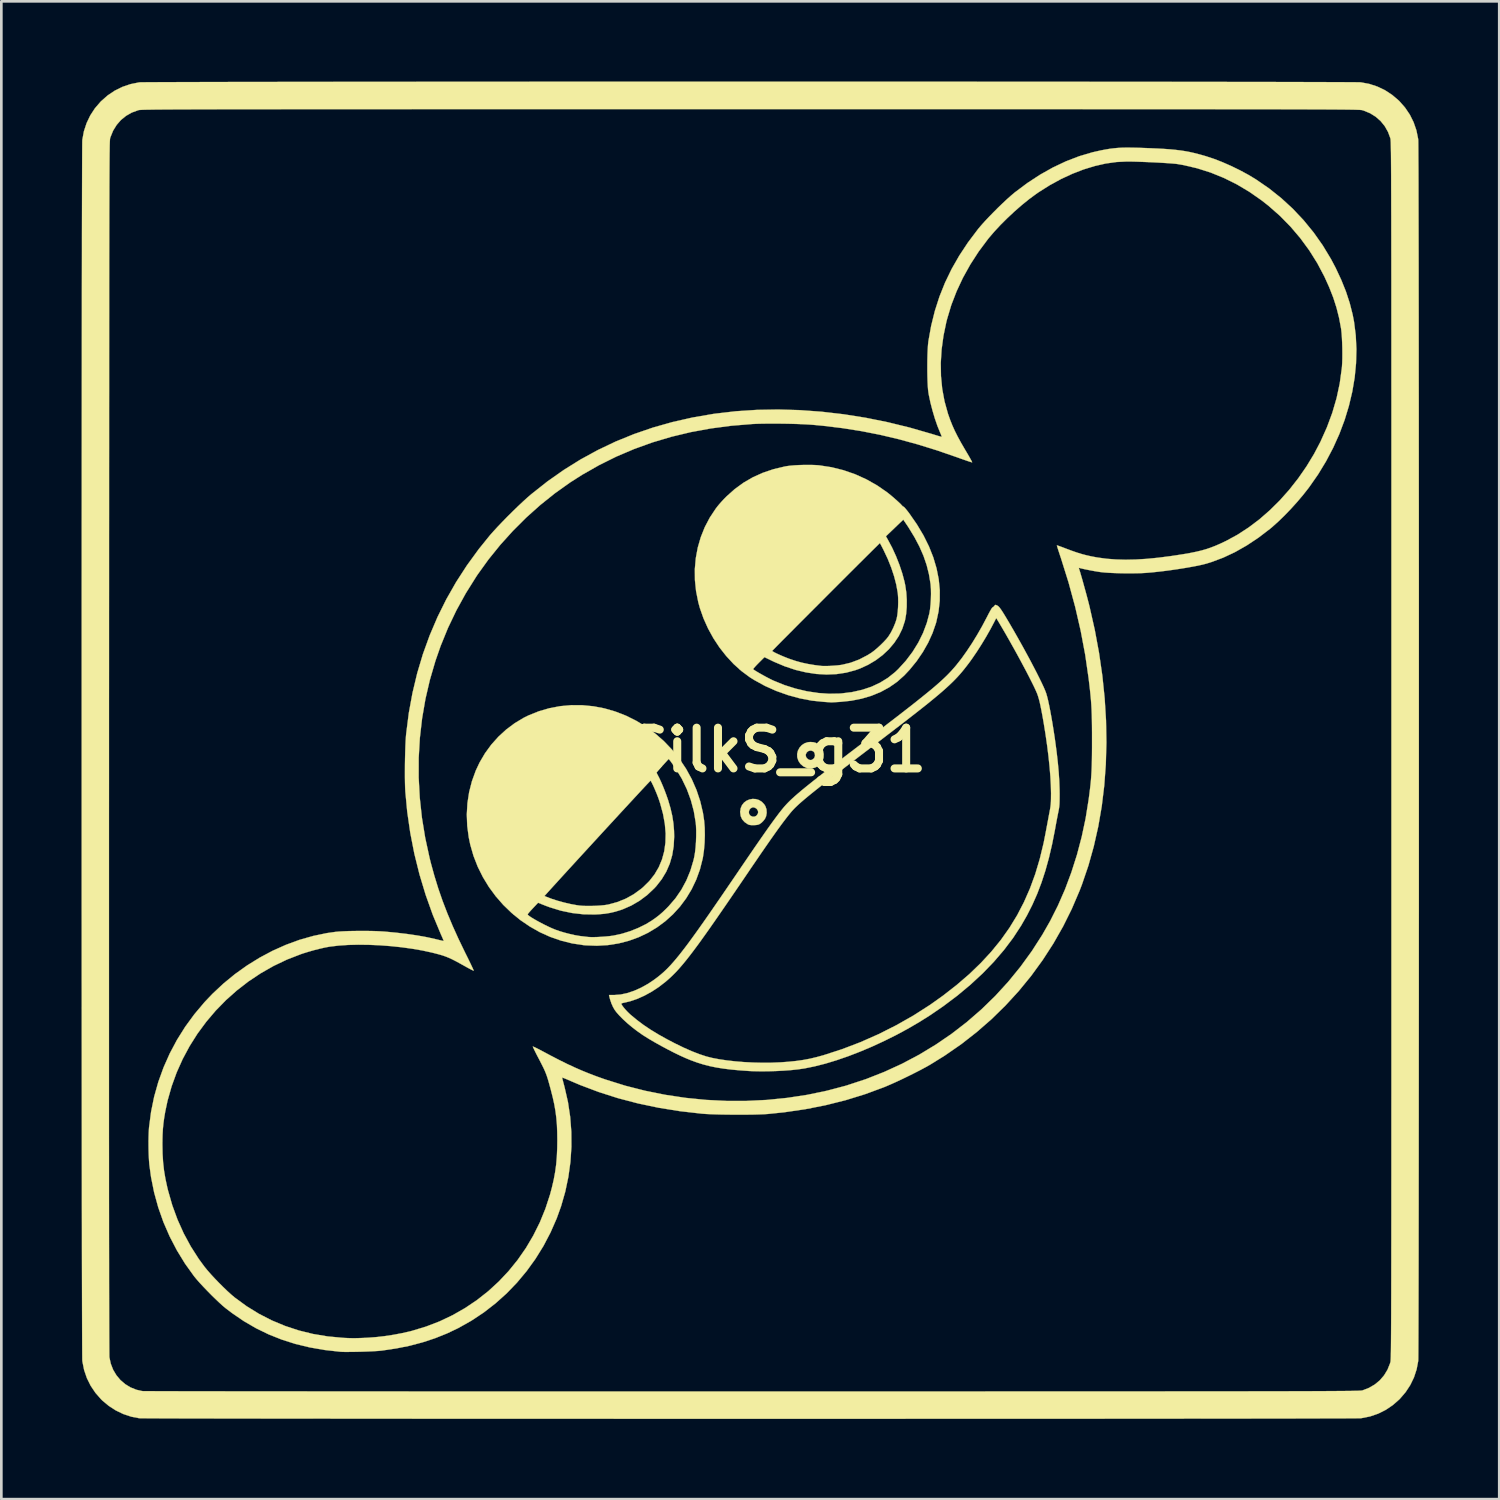
<source format=kicad_pcb>
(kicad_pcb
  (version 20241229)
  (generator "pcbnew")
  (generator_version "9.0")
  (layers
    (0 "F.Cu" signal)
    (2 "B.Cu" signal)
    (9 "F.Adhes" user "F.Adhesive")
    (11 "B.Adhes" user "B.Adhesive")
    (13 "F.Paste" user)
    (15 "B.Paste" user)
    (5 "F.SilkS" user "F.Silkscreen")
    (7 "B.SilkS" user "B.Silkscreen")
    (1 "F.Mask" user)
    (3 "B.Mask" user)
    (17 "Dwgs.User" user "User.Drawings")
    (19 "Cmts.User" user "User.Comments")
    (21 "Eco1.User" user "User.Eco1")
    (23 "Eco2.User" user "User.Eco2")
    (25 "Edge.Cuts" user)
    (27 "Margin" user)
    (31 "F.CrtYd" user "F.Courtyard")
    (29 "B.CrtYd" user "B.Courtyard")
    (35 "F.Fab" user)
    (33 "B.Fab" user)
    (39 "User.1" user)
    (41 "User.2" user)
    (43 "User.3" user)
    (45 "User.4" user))
  (footprint "F.SilkS_g31"
    (layer "F.Cu")
    (at 25.004 25.004)
    (property "Reference" "F.SilkS_g31" (at 0 0 0) (layer "F.SilkS") (effects (font (size 1.524 1.524) (thickness 0.3))))
    (attr through_hole)
    (fp_poly (pts (xy 2.372 -0.292) (xy 2.462 -0.266) (xy 2.548 -0.217) (xy 2.584 -0.189) (xy 2.672 -0.094) (xy 2.73 0.022) (xy 2.756 0.151) (xy 2.751 0.282) (xy 2.714 0.408) (xy 2.644 0.52) (xy 2.629 0.536) (xy 2.538 0.608) (xy 2.426 0.661) (xy 2.307 0.69) (xy 2.193 0.692) (xy 2.138 0.68) (xy 1.997 0.614) (xy 1.885 0.518) (xy 1.812 0.408) (xy 1.769 0.28) (xy 1.764 0.162) (xy 2.087 0.162) (xy 2.087 0.226) (xy 2.117 0.293) (xy 2.17 0.344) (xy 2.179 0.35) (xy 2.242 0.376) (xy 2.294 0.374) (xy 2.335 0.356) (xy 2.4 0.305) (xy 2.43 0.235) (xy 2.433 0.192) (xy 2.418 0.113) (xy 2.376 0.058) (xy 2.316 0.028) (xy 2.248 0.022) (xy 2.181 0.042) (xy 2.124 0.09) (xy 2.087 0.162) (xy 1.764 0.162) (xy 1.763 0.15) (xy 1.792 0.027) (xy 1.851 -0.085) (xy 1.936 -0.18) (xy 2.043 -0.251) (xy 2.169 -0.292) (xy 2.258 -0.299) (xy 2.372 -0.292)) (stroke (width 0.01) (type solid)) (fill yes) (layer "F.SilkS"))
    (fp_poly (pts (xy 0.22 1.836) (xy 0.336 1.872) (xy 0.443 1.938) (xy 0.535 2.036) (xy 0.577 2.103) (xy 0.617 2.221) (xy 0.625 2.352) (xy 0.602 2.481) (xy 0.559 2.575) (xy 0.504 2.647) (xy 0.437 2.715) (xy 0.405 2.74) (xy 0.351 2.775) (xy 0.299 2.795) (xy 0.234 2.806) (xy 0.152 2.811) (xy 0.048 2.811) (xy -0.025 2.801) (xy -0.074 2.783) (xy -0.203 2.696) (xy -0.294 2.593) (xy -0.348 2.473) (xy -0.367 2.331) (xy -0.367 2.319) (xy -0.367 2.313) (xy -0.043 2.313) (xy -0.035 2.384) (xy 0.004 2.446) (xy 0.013 2.454) (xy 0.087 2.491) (xy 0.164 2.494) (xy 0.231 2.465) (xy 0.247 2.45) (xy 0.294 2.384) (xy 0.306 2.322) (xy 0.293 2.265) (xy 0.253 2.204) (xy 0.191 2.161) (xy 0.122 2.144) (xy 0.094 2.147) (xy 0.024 2.182) (xy -0.022 2.241) (xy -0.043 2.313) (xy -0.367 2.313) (xy -0.349 2.181) (xy -0.299 2.063) (xy -0.224 1.968) (xy -0.128 1.897) (xy -0.018 1.85) (xy 0.099 1.829) (xy 0.22 1.836)) (stroke (width 0.01) (type solid)) (fill yes) (layer "F.SilkS"))
    (fp_poly (pts (xy -6.27 -1.675) (xy -5.855 -1.635) (xy -5.443 -1.556) (xy -5.036 -1.438) (xy -4.637 -1.283) (xy -4.248 -1.089) (xy -3.926 -0.894) (xy -3.561 -0.629) (xy -3.223 -0.334) (xy -2.914 -0.011) (xy -2.636 0.337) (xy -2.389 0.706) (xy -2.177 1.094) (xy -2 1.499) (xy -1.861 1.918) (xy -1.76 2.348) (xy -1.715 2.646) (xy -1.694 2.903) (xy -1.689 3.182) (xy -1.698 3.469) (xy -1.722 3.748) (xy -1.759 4.005) (xy -1.77 4.064) (xy -1.872 4.466) (xy -2.011 4.849) (xy -2.183 5.21) (xy -2.387 5.547) (xy -2.62 5.86) (xy -2.882 6.147) (xy -3.169 6.406) (xy -3.48 6.636) (xy -3.812 6.836) (xy -4.164 7.003) (xy -4.534 7.137) (xy -4.919 7.236) (xy -5.317 7.298) (xy -5.727 7.322) (xy -6.145 7.307) (xy -6.223 7.3) (xy -6.651 7.235) (xy -7.069 7.131) (xy -7.474 6.99) (xy -7.864 6.814) (xy -8.236 6.603) (xy -8.59 6.362) (xy -8.851 6.149) (xy -8.318 6.149) (xy -8.3 6.175) (xy -8.249 6.216) (xy -8.171 6.268) (xy -8.07 6.329) (xy -7.953 6.396) (xy -7.824 6.465) (xy -7.69 6.535) (xy -7.555 6.601) (xy -7.425 6.661) (xy -7.305 6.711) (xy -7.272 6.724) (xy -7.114 6.779) (xy -6.934 6.833) (xy -6.744 6.882) (xy -6.56 6.924) (xy -6.394 6.953) (xy -6.329 6.962) (xy -6.231 6.973) (xy -6.142 6.984) (xy -6.073 6.992) (xy -6.054 6.994) (xy -5.964 6.999) (xy -5.843 7) (xy -5.701 6.996) (xy -5.548 6.987) (xy -5.394 6.976) (xy -5.249 6.962) (xy -5.125 6.945) (xy -5.101 6.941) (xy -4.793 6.874) (xy -4.481 6.777) (xy -4.177 6.655) (xy -3.892 6.514) (xy -3.683 6.387) (xy -3.531 6.281) (xy -3.396 6.177) (xy -3.268 6.066) (xy -3.134 5.937) (xy -3.04 5.841) (xy -2.786 5.546) (xy -2.566 5.225) (xy -2.38 4.88) (xy -2.229 4.513) (xy -2.113 4.124) (xy -2.083 3.991) (xy -2.056 3.83) (xy -2.035 3.641) (xy -2.02 3.433) (xy -2.013 3.22) (xy -2.012 3.014) (xy -2.02 2.827) (xy -2.03 2.719) (xy -2.101 2.291) (xy -2.213 1.871) (xy -2.363 1.464) (xy -2.551 1.073) (xy -2.771 0.709) (xy -2.836 0.613) (xy -2.898 0.524) (xy -2.949 0.451) (xy -2.985 0.403) (xy -2.991 0.395) (xy -3.042 0.335) (xy -3.267 0.582) (xy -3.344 0.667) (xy -3.41 0.742) (xy -3.459 0.8) (xy -3.488 0.837) (xy -3.493 0.846) (xy -3.483 0.873) (xy -3.459 0.922) (xy -3.441 0.955) (xy -3.388 1.059) (xy -3.326 1.193) (xy -3.26 1.347) (xy -3.194 1.511) (xy -3.132 1.676) (xy -3.078 1.83) (xy -3.063 1.874) (xy -2.973 2.181) (xy -2.907 2.467) (xy -2.864 2.745) (xy -2.841 3.026) (xy -2.836 3.241) (xy -2.855 3.599) (xy -2.91 3.935) (xy -3.002 4.253) (xy -3.132 4.551) (xy -3.3 4.831) (xy -3.505 5.094) (xy -3.577 5.172) (xy -3.844 5.424) (xy -4.133 5.64) (xy -4.44 5.819) (xy -4.765 5.961) (xy -4.842 5.987) (xy -5.044 6.049) (xy -5.237 6.094) (xy -5.434 6.126) (xy -5.65 6.145) (xy -5.81 6.153) (xy -6.23 6.146) (xy -6.653 6.098) (xy -7.076 6.01) (xy -7.496 5.881) (xy -7.652 5.823) (xy -7.927 5.714) (xy -8.122 5.921) (xy -8.194 5.999) (xy -8.254 6.066) (xy -8.297 6.118) (xy -8.317 6.146) (xy -8.318 6.149) (xy -8.851 6.149) (xy -8.921 6.091) (xy -9.23 5.793) (xy -9.512 5.469) (xy -9.518 5.461) (xy -7.688 5.461) (xy -7.606 5.496) (xy -7.414 5.569) (xy -7.193 5.64) (xy -6.956 5.705) (xy -6.718 5.761) (xy -6.49 5.803) (xy -6.371 5.82) (xy -6.246 5.83) (xy -6.094 5.834) (xy -5.926 5.833) (xy -5.752 5.828) (xy -5.586 5.817) (xy -5.436 5.802) (xy -5.316 5.784) (xy -5.297 5.78) (xy -4.958 5.687) (xy -4.643 5.559) (xy -4.348 5.395) (xy -4.071 5.193) (xy -3.996 5.13) (xy -3.764 4.9) (xy -3.569 4.651) (xy -3.411 4.382) (xy -3.291 4.094) (xy -3.208 3.789) (xy -3.163 3.465) (xy -3.155 3.124) (xy -3.185 2.766) (xy -3.253 2.391) (xy -3.359 2.001) (xy -3.417 1.826) (xy -3.454 1.727) (xy -3.497 1.617) (xy -3.544 1.505) (xy -3.591 1.397) (xy -3.636 1.3) (xy -3.675 1.221) (xy -3.704 1.168) (xy -3.721 1.148) (xy -3.736 1.163) (xy -3.778 1.207) (xy -3.845 1.277) (xy -3.935 1.373) (xy -4.045 1.491) (xy -4.174 1.63) (xy -4.319 1.787) (xy -4.479 1.96) (xy -4.653 2.148) (xy -4.837 2.347) (xy -5.029 2.556) (xy -5.229 2.773) (xy -5.434 2.995) (xy -5.641 3.221) (xy -5.85 3.448) (xy -6.057 3.674) (xy -6.262 3.897) (xy -6.461 4.114) (xy -6.654 4.325) (xy -6.838 4.526) (xy -7.011 4.715) (xy -7.17 4.89) (xy -7.316 5.05) (xy -7.444 5.191) (xy -7.554 5.312) (xy -7.596 5.359) (xy -7.688 5.461) (xy -9.518 5.461) (xy -9.767 5.123) (xy -9.991 4.755) (xy -10.184 4.367) (xy -10.342 3.963) (xy -10.463 3.543) (xy -10.52 3.27) (xy -10.577 2.839) (xy -10.593 2.411) (xy -10.569 1.987) (xy -10.505 1.572) (xy -10.401 1.167) (xy -10.259 0.775) (xy -10.114 0.466) (xy -9.911 0.121) (xy -9.676 -0.201) (xy -9.41 -0.498) (xy -9.118 -0.766) (xy -8.802 -1.002) (xy -8.466 -1.204) (xy -8.286 -1.293) (xy -7.9 -1.448) (xy -7.502 -1.564) (xy -7.096 -1.64) (xy -6.685 -1.677) (xy -6.27 -1.675)) (stroke (width 0.01) (type solid)) (fill yes) (layer "F.SilkS"))
    (fp_poly (pts (xy 2.373 -10.661) (xy 2.525 -10.653) (xy 2.586 -10.648) (xy 3.049 -10.577) (xy 3.499 -10.465) (xy 3.934 -10.314) (xy 4.354 -10.124) (xy 4.758 -9.895) (xy 5.112 -9.651) (xy 5.199 -9.583) (xy 5.296 -9.504) (xy 5.396 -9.418) (xy 5.492 -9.334) (xy 5.577 -9.256) (xy 5.644 -9.191) (xy 5.686 -9.145) (xy 5.69 -9.14) (xy 5.723 -9.109) (xy 5.744 -9.102) (xy 5.766 -9.085) (xy 5.807 -9.041) (xy 5.863 -8.974) (xy 5.928 -8.891) (xy 5.96 -8.848) (xy 6.245 -8.437) (xy 6.49 -8.026) (xy 6.694 -7.615) (xy 6.857 -7.204) (xy 6.978 -6.794) (xy 7.059 -6.387) (xy 7.099 -5.981) (xy 7.097 -5.58) (xy 7.053 -5.182) (xy 6.968 -4.788) (xy 6.953 -4.735) (xy 6.828 -4.374) (xy 6.665 -4.015) (xy 6.465 -3.663) (xy 6.233 -3.323) (xy 5.97 -3.001) (xy 5.771 -2.789) (xy 5.505 -2.552) (xy 5.21 -2.346) (xy 4.889 -2.171) (xy 4.543 -2.029) (xy 4.172 -1.919) (xy 3.778 -1.842) (xy 3.376 -1.8) (xy 3.261 -1.793) (xy 3.161 -1.787) (xy 3.084 -1.783) (xy 3.037 -1.781) (xy 3.027 -1.781) (xy 3.003 -1.784) (xy 2.945 -1.788) (xy 2.862 -1.793) (xy 2.763 -1.8) (xy 2.762 -1.8) (xy 2.315 -1.846) (xy 1.864 -1.932) (xy 1.417 -2.054) (xy 0.979 -2.21) (xy 0.558 -2.398) (xy 0.16 -2.617) (xy -0.011 -2.724) (xy -0.319 -2.953) (xy -0.397 -3.023) (xy 0.119 -3.023) (xy 0.145 -3.001) (xy 0.202 -2.963) (xy 0.283 -2.914) (xy 0.381 -2.857) (xy 0.49 -2.796) (xy 0.603 -2.734) (xy 0.714 -2.676) (xy 0.815 -2.625) (xy 0.888 -2.591) (xy 1.292 -2.427) (xy 1.707 -2.296) (xy 2.126 -2.197) (xy 2.543 -2.133) (xy 2.954 -2.104) (xy 3.352 -2.111) (xy 3.429 -2.117) (xy 3.828 -2.168) (xy 4.199 -2.252) (xy 4.544 -2.367) (xy 4.862 -2.516) (xy 5.156 -2.697) (xy 5.426 -2.912) (xy 5.546 -3.026) (xy 5.83 -3.338) (xy 6.08 -3.669) (xy 6.296 -4.018) (xy 6.474 -4.379) (xy 6.614 -4.751) (xy 6.71 -5.112) (xy 6.735 -5.263) (xy 6.754 -5.444) (xy 6.766 -5.64) (xy 6.771 -5.838) (xy 6.768 -6.026) (xy 6.756 -6.19) (xy 6.753 -6.215) (xy 6.695 -6.57) (xy 6.608 -6.918) (xy 6.49 -7.262) (xy 6.339 -7.608) (xy 6.153 -7.96) (xy 5.932 -8.323) (xy 5.825 -8.483) (xy 5.734 -8.616) (xy 5.409 -8.305) (xy 5.084 -7.994) (xy 5.158 -7.865) (xy 5.317 -7.567) (xy 5.462 -7.25) (xy 5.59 -6.925) (xy 5.697 -6.604) (xy 5.779 -6.296) (xy 5.809 -6.151) (xy 5.847 -5.889) (xy 5.864 -5.617) (xy 5.862 -5.346) (xy 5.841 -5.089) (xy 5.8 -4.856) (xy 5.791 -4.819) (xy 5.697 -4.535) (xy 5.565 -4.264) (xy 5.396 -4.008) (xy 5.195 -3.769) (xy 4.963 -3.552) (xy 4.704 -3.357) (xy 4.42 -3.188) (xy 4.113 -3.047) (xy 3.94 -2.985) (xy 3.597 -2.893) (xy 3.238 -2.839) (xy 2.867 -2.823) (xy 2.485 -2.844) (xy 2.096 -2.903) (xy 1.701 -2.997) (xy 1.304 -3.129) (xy 0.908 -3.296) (xy 0.849 -3.324) (xy 0.542 -3.473) (xy 0.325 -3.257) (xy 0.249 -3.179) (xy 0.186 -3.111) (xy 0.141 -3.059) (xy 0.12 -3.028) (xy 0.119 -3.023) (xy -0.397 -3.023) (xy -0.613 -3.217) (xy -0.887 -3.513) (xy -1.04 -3.707) (xy 0.83 -3.707) (xy 0.846 -3.691) (xy 0.894 -3.662) (xy 0.969 -3.623) (xy 1.064 -3.579) (xy 1.172 -3.531) (xy 1.288 -3.482) (xy 1.404 -3.436) (xy 1.492 -3.403) (xy 1.715 -3.329) (xy 1.935 -3.268) (xy 2.164 -3.219) (xy 2.413 -3.177) (xy 2.667 -3.145) (xy 2.748 -3.141) (xy 2.859 -3.141) (xy 2.989 -3.145) (xy 3.126 -3.154) (xy 3.26 -3.164) (xy 3.378 -3.178) (xy 3.44 -3.187) (xy 3.765 -3.265) (xy 4.083 -3.384) (xy 4.392 -3.545) (xy 4.538 -3.636) (xy 4.643 -3.714) (xy 4.761 -3.813) (xy 4.884 -3.926) (xy 5 -4.041) (xy 5.102 -4.151) (xy 5.178 -4.246) (xy 5.178 -4.247) (xy 5.273 -4.398) (xy 5.362 -4.575) (xy 5.438 -4.76) (xy 5.483 -4.9) (xy 5.508 -5.024) (xy 5.527 -5.177) (xy 5.539 -5.349) (xy 5.544 -5.527) (xy 5.541 -5.7) (xy 5.53 -5.855) (xy 5.525 -5.89) (xy 5.472 -6.184) (xy 5.391 -6.497) (xy 5.284 -6.82) (xy 5.155 -7.144) (xy 5.006 -7.461) (xy 5.001 -7.471) (xy 4.953 -7.566) (xy 4.911 -7.647) (xy 4.879 -7.707) (xy 4.863 -7.738) (xy 4.861 -7.74) (xy 4.845 -7.727) (xy 4.802 -7.685) (xy 4.734 -7.617) (xy 4.641 -7.526) (xy 4.527 -7.413) (xy 4.394 -7.281) (xy 4.244 -7.131) (xy 4.078 -6.967) (xy 3.9 -6.789) (xy 3.71 -6.6) (xy 3.512 -6.402) (xy 3.307 -6.197) (xy 3.097 -5.987) (xy 2.885 -5.775) (xy 2.673 -5.562) (xy 2.462 -5.351) (xy 2.255 -5.144) (xy 2.054 -4.942) (xy 1.861 -4.749) (xy 1.678 -4.565) (xy 1.508 -4.394) (xy 1.351 -4.236) (xy 1.211 -4.096) (xy 1.09 -3.973) (xy 0.989 -3.871) (xy 0.912 -3.792) (xy 0.859 -3.738) (xy 0.833 -3.71) (xy 0.83 -3.707) (xy -1.04 -3.707) (xy -1.141 -3.836) (xy -1.369 -4.181) (xy -1.569 -4.545) (xy -1.739 -4.923) (xy -1.875 -5.31) (xy -1.934 -5.526) (xy -2.017 -5.942) (xy -2.06 -6.357) (xy -2.063 -6.77) (xy -2.027 -7.177) (xy -1.953 -7.575) (xy -1.841 -7.961) (xy -1.692 -8.334) (xy -1.506 -8.689) (xy -1.283 -9.026) (xy -1.218 -9.111) (xy -1.149 -9.195) (xy -1.061 -9.294) (xy -0.965 -9.397) (xy -0.876 -9.487) (xy -0.57 -9.76) (xy -0.243 -9.998) (xy 0.105 -10.2) (xy 0.475 -10.367) (xy 0.87 -10.501) (xy 1.291 -10.602) (xy 1.365 -10.616) (xy 1.491 -10.633) (xy 1.647 -10.647) (xy 1.825 -10.657) (xy 2.012 -10.663) (xy 2.198 -10.664) (xy 2.373 -10.661)) (stroke (width 0.01) (type solid)) (fill yes) (layer "F.SilkS"))
    (fp_poly (pts (xy 9.226 -5.414) (xy 9.25 -5.403) (xy 9.278 -5.385) (xy 9.308 -5.358) (xy 9.343 -5.318) (xy 9.385 -5.261) (xy 9.436 -5.184) (xy 9.5 -5.083) (xy 9.578 -4.955) (xy 9.672 -4.796) (xy 9.747 -4.668) (xy 9.898 -4.407) (xy 10.048 -4.143) (xy 10.196 -3.878) (xy 10.338 -3.618) (xy 10.475 -3.365) (xy 10.602 -3.123) (xy 10.72 -2.896) (xy 10.824 -2.688) (xy 10.915 -2.501) (xy 10.99 -2.341) (xy 11.046 -2.209) (xy 11.08 -2.119) (xy 11.112 -2.008) (xy 11.149 -1.86) (xy 11.188 -1.679) (xy 11.229 -1.471) (xy 11.271 -1.242) (xy 11.314 -0.995) (xy 11.355 -0.736) (xy 11.396 -0.471) (xy 11.433 -0.203) (xy 11.468 0.062) (xy 11.471 0.085) (xy 11.515 0.476) (xy 11.548 0.834) (xy 11.569 1.167) (xy 11.58 1.48) (xy 11.582 1.64) (xy 11.581 1.802) (xy 11.579 1.93) (xy 11.575 2.033) (xy 11.567 2.119) (xy 11.556 2.199) (xy 11.541 2.279) (xy 11.537 2.297) (xy 11.52 2.382) (xy 11.497 2.499) (xy 11.47 2.639) (xy 11.442 2.79) (xy 11.414 2.944) (xy 11.407 2.985) (xy 11.3 3.527) (xy 11.182 4.033) (xy 11.051 4.507) (xy 10.905 4.955) (xy 10.743 5.381) (xy 10.562 5.79) (xy 10.361 6.187) (xy 10.14 6.572) (xy 9.84 7.031) (xy 9.499 7.482) (xy 9.119 7.925) (xy 8.701 8.358) (xy 8.246 8.779) (xy 7.756 9.188) (xy 7.231 9.583) (xy 6.752 9.912) (xy 6.34 10.172) (xy 5.912 10.422) (xy 5.471 10.66) (xy 5.023 10.883) (xy 4.571 11.092) (xy 4.121 11.282) (xy 3.676 11.454) (xy 3.241 11.604) (xy 2.82 11.732) (xy 2.418 11.834) (xy 2.039 11.911) (xy 1.799 11.946) (xy 1.547 11.973) (xy 1.268 11.994) (xy 0.975 12.009) (xy 0.68 12.018) (xy 0.395 12.02) (xy 0.132 12.015) (xy -0.011 12.009) (xy -0.372 11.984) (xy -0.696 11.954) (xy -0.991 11.918) (xy -1.261 11.875) (xy -1.513 11.823) (xy -1.752 11.761) (xy -1.985 11.688) (xy -2.217 11.603) (xy -2.392 11.531) (xy -2.597 11.439) (xy -2.826 11.329) (xy -3.069 11.204) (xy -3.316 11.072) (xy -3.558 10.937) (xy -3.783 10.805) (xy -3.982 10.681) (xy -4.043 10.64) (xy -4.227 10.51) (xy -4.41 10.369) (xy -4.585 10.223) (xy -4.745 10.076) (xy -4.885 9.935) (xy -4.999 9.805) (xy -5.067 9.713) (xy -5.127 9.606) (xy -5.181 9.482) (xy -4.811 9.482) (xy -4.809 9.507) (xy -4.782 9.555) (xy -4.734 9.62) (xy -4.671 9.696) (xy -4.597 9.777) (xy -4.517 9.856) (xy -4.458 9.91) (xy -4.225 10.102) (xy -3.98 10.286) (xy -3.716 10.463) (xy -3.428 10.639) (xy -3.109 10.817) (xy -2.805 10.976) (xy -2.48 11.134) (xy -2.176 11.268) (xy -1.896 11.377) (xy -1.644 11.46) (xy -1.64 11.462) (xy -1.413 11.519) (xy -1.15 11.569) (xy -0.859 11.612) (xy -0.545 11.647) (xy -0.217 11.674) (xy 0.121 11.691) (xy 0.46 11.699) (xy 0.796 11.697) (xy 1.12 11.684) (xy 1.132 11.684) (xy 1.445 11.661) (xy 1.727 11.632) (xy 1.988 11.595) (xy 2.239 11.548) (xy 2.491 11.488) (xy 2.747 11.418) (xy 3.444 11.192) (xy 4.135 10.928) (xy 4.815 10.627) (xy 5.479 10.292) (xy 6.123 9.926) (xy 6.741 9.53) (xy 7.228 9.183) (xy 7.738 8.784) (xy 8.207 8.38) (xy 8.636 7.966) (xy 9.028 7.542) (xy 9.384 7.105) (xy 9.705 6.652) (xy 9.993 6.181) (xy 10.248 5.69) (xy 10.474 5.176) (xy 10.671 4.638) (xy 10.84 4.071) (xy 10.984 3.476) (xy 11.06 3.09) (xy 11.089 2.934) (xy 11.121 2.764) (xy 11.153 2.595) (xy 11.181 2.443) (xy 11.198 2.354) (xy 11.221 2.232) (xy 11.238 2.129) (xy 11.249 2.034) (xy 11.256 1.936) (xy 11.259 1.822) (xy 11.26 1.682) (xy 11.261 1.624) (xy 11.254 1.327) (xy 11.236 0.994) (xy 11.206 0.631) (xy 11.166 0.243) (xy 11.115 -0.166) (xy 11.054 -0.591) (xy 10.986 -1.012) (xy 10.942 -1.263) (xy 10.902 -1.477) (xy 10.866 -1.656) (xy 10.832 -1.807) (xy 10.799 -1.932) (xy 10.767 -2.036) (xy 10.741 -2.109) (xy 10.693 -2.22) (xy 10.627 -2.363) (xy 10.543 -2.533) (xy 10.445 -2.727) (xy 10.335 -2.94) (xy 10.214 -3.167) (xy 10.087 -3.404) (xy 9.954 -3.648) (xy 9.818 -3.892) (xy 9.682 -4.134) (xy 9.548 -4.369) (xy 9.418 -4.591) (xy 9.295 -4.798) (xy 9.286 -4.813) (xy 9.211 -4.937) (xy 9.143 -4.802) (xy 8.999 -4.529) (xy 8.837 -4.243) (xy 8.663 -3.954) (xy 8.485 -3.676) (xy 8.309 -3.418) (xy 8.196 -3.262) (xy 8.11 -3.149) (xy 8.026 -3.042) (xy 7.942 -2.938) (xy 7.855 -2.836) (xy 7.764 -2.735) (xy 7.666 -2.632) (xy 7.561 -2.527) (xy 7.447 -2.418) (xy 7.32 -2.302) (xy 7.181 -2.179) (xy 7.026 -2.047) (xy 6.854 -1.904) (xy 6.663 -1.748) (xy 6.451 -1.579) (xy 6.217 -1.395) (xy 5.958 -1.193) (xy 5.673 -0.972) (xy 5.36 -0.732) (xy 5.017 -0.469) (xy 4.642 -0.183) (xy 4.583 -0.138) (xy 4.215 0.143) (xy 3.879 0.399) (xy 3.574 0.632) (xy 3.298 0.845) (xy 3.049 1.037) (xy 2.826 1.211) (xy 2.626 1.368) (xy 2.449 1.508) (xy 2.292 1.634) (xy 2.153 1.748) (xy 2.032 1.849) (xy 1.926 1.94) (xy 1.834 2.021) (xy 1.754 2.096) (xy 1.684 2.163) (xy 1.623 2.226) (xy 1.569 2.285) (xy 1.521 2.342) (xy 1.52 2.343) (xy 1.436 2.446) (xy 1.347 2.56) (xy 1.25 2.687) (xy 1.145 2.828) (xy 1.029 2.987) (xy 0.902 3.166) (xy 0.76 3.367) (xy 0.603 3.593) (xy 0.428 3.846) (xy 0.235 4.129) (xy 0.02 4.443) (xy -0.074 4.583) (xy -0.364 5.009) (xy -0.632 5.402) (xy -0.879 5.763) (xy -1.107 6.094) (xy -1.317 6.397) (xy -1.509 6.672) (xy -1.687 6.923) (xy -1.849 7.15) (xy -1.999 7.355) (xy -2.137 7.54) (xy -2.265 7.707) (xy -2.383 7.857) (xy -2.494 7.993) (xy -2.598 8.115) (xy -2.696 8.226) (xy -2.791 8.327) (xy -2.883 8.419) (xy -2.973 8.506) (xy -3.063 8.587) (xy -3.154 8.666) (xy -3.164 8.674) (xy -3.414 8.867) (xy -3.676 9.039) (xy -3.945 9.187) (xy -4.214 9.308) (xy -4.474 9.397) (xy -4.66 9.442) (xy -4.732 9.457) (xy -4.787 9.472) (xy -4.811 9.482) (xy -5.181 9.482) (xy -5.185 9.473) (xy -5.233 9.333) (xy -5.259 9.234) (xy -5.274 9.165) (xy -5.074 9.165) (xy -4.841 9.147) (xy -4.593 9.094) (xy -4.336 9.008) (xy -4.074 8.891) (xy -3.813 8.746) (xy -3.619 8.617) (xy -3.524 8.548) (xy -3.431 8.477) (xy -3.34 8.403) (xy -3.249 8.324) (xy -3.157 8.239) (xy -3.063 8.146) (xy -2.966 8.043) (xy -2.864 7.929) (xy -2.756 7.802) (xy -2.641 7.661) (xy -2.518 7.504) (xy -2.384 7.329) (xy -2.24 7.135) (xy -2.083 6.919) (xy -1.913 6.682) (xy -1.728 6.42) (xy -1.527 6.132) (xy -1.309 5.816) (xy -1.072 5.472) (xy -0.816 5.097) (xy -0.538 4.69) (xy -0.293 4.329) (xy -0.052 3.976) (xy 0.166 3.657) (xy 0.364 3.371) (xy 0.542 3.116) (xy 0.701 2.89) (xy 0.843 2.692) (xy 0.969 2.521) (xy 1.079 2.374) (xy 1.176 2.251) (xy 1.259 2.149) (xy 1.315 2.085) (xy 1.377 2.017) (xy 1.444 1.948) (xy 1.518 1.875) (xy 1.601 1.798) (xy 1.694 1.714) (xy 1.8 1.622) (xy 1.919 1.521) (xy 2.055 1.409) (xy 2.209 1.285) (xy 2.382 1.147) (xy 2.577 0.993) (xy 2.796 0.823) (xy 3.04 0.634) (xy 3.311 0.425) (xy 3.612 0.195) (xy 3.943 -0.058) (xy 4.159 -0.222) (xy 4.545 -0.517) (xy 4.899 -0.787) (xy 5.223 -1.035) (xy 5.518 -1.262) (xy 5.786 -1.47) (xy 6.029 -1.659) (xy 6.248 -1.832) (xy 6.445 -1.99) (xy 6.623 -2.134) (xy 6.783 -2.265) (xy 6.926 -2.386) (xy 7.054 -2.498) (xy 7.169 -2.601) (xy 7.273 -2.698) (xy 7.368 -2.79) (xy 7.455 -2.879) (xy 7.536 -2.965) (xy 7.612 -3.051) (xy 7.687 -3.137) (xy 7.727 -3.186) (xy 7.914 -3.424) (xy 8.107 -3.695) (xy 8.303 -3.99) (xy 8.494 -4.301) (xy 8.677 -4.62) (xy 8.846 -4.939) (xy 8.867 -4.979) (xy 8.924 -5.091) (xy 8.977 -5.188) (xy 9.021 -5.265) (xy 9.054 -5.315) (xy 9.071 -5.334) (xy 9.071 -5.334) (xy 9.102 -5.35) (xy 9.137 -5.387) (xy 9.164 -5.42) (xy 9.188 -5.429) (xy 9.226 -5.414)) (stroke (width 0.01) (type solid)) (fill yes) (layer "F.SilkS"))
    (fp_poly (pts (xy 0.975 -24.999) (xy 1.828 -24.999) (xy 2.678 -24.999) (xy 3.525 -24.999) (xy 4.368 -24.999) (xy 5.205 -24.999) (xy 6.036 -24.999) (xy 6.859 -24.998) (xy 7.674 -24.998) (xy 8.479 -24.998) (xy 9.273 -24.997) (xy 10.055 -24.997) (xy 10.825 -24.997) (xy 11.58 -24.996) (xy 12.32 -24.996) (xy 13.045 -24.995) (xy 13.752 -24.995) (xy 14.441 -24.994) (xy 15.111 -24.994) (xy 15.761 -24.993) (xy 16.389 -24.992) (xy 16.994 -24.992) (xy 17.577 -24.991) (xy 18.134 -24.99) (xy 18.666 -24.989) (xy 19.172 -24.989) (xy 19.649 -24.988) (xy 20.098 -24.987) (xy 20.517 -24.986) (xy 20.905 -24.985) (xy 21.261 -24.984) (xy 21.584 -24.983) (xy 21.873 -24.982) (xy 22.127 -24.981) (xy 22.344 -24.98) (xy 22.524 -24.979) (xy 22.666 -24.978) (xy 22.768 -24.977) (xy 22.83 -24.975) (xy 22.849 -24.974) (xy 23.166 -24.915) (xy 23.469 -24.815) (xy 23.755 -24.678) (xy 24.023 -24.502) (xy 24.27 -24.291) (xy 24.292 -24.269) (xy 24.504 -24.028) (xy 24.682 -23.765) (xy 24.823 -23.481) (xy 24.927 -23.18) (xy 24.991 -22.865) (xy 24.996 -22.828) (xy 24.997 -22.797) (xy 24.998 -22.725) (xy 24.999 -22.612) (xy 25 -22.46) (xy 25.001 -22.27) (xy 25.002 -22.043) (xy 25.004 -21.78) (xy 25.005 -21.482) (xy 25.006 -21.151) (xy 25.006 -20.786) (xy 25.007 -20.39) (xy 25.008 -19.963) (xy 25.009 -19.507) (xy 25.01 -19.022) (xy 25.011 -18.51) (xy 25.012 -17.971) (xy 25.012 -17.407) (xy 25.013 -16.818) (xy 25.014 -16.207) (xy 25.014 -15.573) (xy 25.015 -14.918) (xy 25.015 -14.243) (xy 25.016 -13.549) (xy 25.017 -12.837) (xy 25.017 -12.109) (xy 25.017 -11.364) (xy 25.018 -10.605) (xy 25.018 -9.832) (xy 25.019 -9.047) (xy 25.019 -8.25) (xy 25.019 -7.442) (xy 25.02 -6.625) (xy 25.02 -5.8) (xy 25.02 -4.968) (xy 25.02 -4.129) (xy 25.02 -3.285) (xy 25.02 -2.437) (xy 25.02 -1.586) (xy 25.02 -0.733) (xy 25.02 0.121) (xy 25.02 0.975) (xy 25.02 1.828) (xy 25.02 2.678) (xy 25.02 3.525) (xy 25.02 4.368) (xy 25.02 5.205) (xy 25.02 6.036) (xy 25.019 6.859) (xy 25.019 7.674) (xy 25.019 8.479) (xy 25.019 9.273) (xy 25.018 10.055) (xy 25.018 10.825) (xy 25.017 11.58) (xy 25.017 12.32) (xy 25.016 13.045) (xy 25.016 13.752) (xy 25.015 14.441) (xy 25.015 15.111) (xy 25.014 15.761) (xy 25.013 16.389) (xy 25.013 16.994) (xy 25.012 17.577) (xy 25.011 18.134) (xy 25.011 18.666) (xy 25.01 19.172) (xy 25.009 19.649) (xy 25.008 20.098) (xy 25.007 20.517) (xy 25.006 20.905) (xy 25.005 21.261) (xy 25.004 21.584) (xy 25.003 21.873) (xy 25.002 22.127) (xy 25.001 22.344) (xy 25 22.524) (xy 24.999 22.666) (xy 24.998 22.768) (xy 24.996 22.83) (xy 24.996 22.849) (xy 24.936 23.166) (xy 24.837 23.468) (xy 24.699 23.753) (xy 24.524 24.02) (xy 24.313 24.266) (xy 24.29 24.29) (xy 24.046 24.504) (xy 23.781 24.683) (xy 23.497 24.825) (xy 23.197 24.928) (xy 22.882 24.991) (xy 22.849 24.996) (xy 22.82 24.997) (xy 22.748 24.998) (xy 22.637 24.999) (xy 22.487 25) (xy 22.298 25.001) (xy 22.073 25.002) (xy 21.811 25.002) (xy 21.515 25.003) (xy 21.184 25.004) (xy 20.821 25.005) (xy 20.426 25.006) (xy 20.001 25.007) (xy 19.546 25.007) (xy 19.062 25.008) (xy 18.551 25.009) (xy 18.014 25.009) (xy 17.451 25.01) (xy 16.863 25.011) (xy 16.253 25.011) (xy 15.62 25.012) (xy 14.966 25.012) (xy 14.293 25.013) (xy 13.6 25.013) (xy 12.889 25.014) (xy 12.161 25.014) (xy 11.418 25.014) (xy 10.659 25.015) (xy 9.887 25.015) (xy 9.103 25.015) (xy 8.307 25.016) (xy 7.5 25.016) (xy 6.684 25.016) (xy 5.859 25.016) (xy 5.027 25.017) (xy 4.189 25.017) (xy 3.345 25.017) (xy 2.498 25.017) (xy 1.647 25.017) (xy 0.794 25.017) (xy -0.06 25.017) (xy -0.914 25.017) (xy -1.766 25.017) (xy -2.617 25.017) (xy -3.464 25.017) (xy -4.307 25.017) (xy -5.144 25.016) (xy -5.975 25.016) (xy -6.799 25.016) (xy -7.613 25.016) (xy -8.419 25.016) (xy -9.213 25.015) (xy -9.996 25.015) (xy -10.767 25.015) (xy -11.523 25.014) (xy -12.264 25.014) (xy -12.99 25.013) (xy -13.698 25.013) (xy -14.388 25.012) (xy -15.059 25.012) (xy -15.71 25.011) (xy -16.34 25.011) (xy -16.947 25.01) (xy -17.531 25.01) (xy -18.09 25.009) (xy -18.624 25.008) (xy -19.132 25.008) (xy -19.611 25.007) (xy -20.062 25.006) (xy -20.484 25.005) (xy -20.874 25.005) (xy -21.233 25.004) (xy -21.558 25.003) (xy -21.85 25.002) (xy -22.106 25.001) (xy -22.327 25) (xy -22.51 24.999) (xy -22.655 24.998) (xy -22.761 24.997) (xy -22.826 24.996) (xy -22.849 24.995) (xy -23.147 24.937) (xy -23.438 24.84) (xy -23.718 24.706) (xy -23.979 24.539) (xy -24.217 24.342) (xy -24.269 24.291) (xy -24.484 24.046) (xy -24.663 23.78) (xy -24.804 23.496) (xy -24.907 23.195) (xy -24.97 22.88) (xy -24.974 22.849) (xy -24.976 22.818) (xy -24.977 22.746) (xy -24.978 22.633) (xy -24.979 22.481) (xy -24.98 22.291) (xy -24.981 22.064) (xy -24.982 21.801) (xy -24.983 21.504) (xy -24.984 21.172) (xy -24.985 20.808) (xy -24.986 20.411) (xy -24.987 19.985) (xy -24.988 19.528) (xy -24.989 19.043) (xy -24.99 18.531) (xy -24.99 17.992) (xy -24.991 17.428) (xy -24.992 16.84) (xy -24.992 16.228) (xy -24.993 15.594) (xy -24.994 14.939) (xy -24.994 14.264) (xy -24.995 13.57) (xy -24.995 12.859) (xy -24.996 12.13) (xy -24.996 11.386) (xy -24.997 10.626) (xy -24.997 9.853) (xy -24.997 9.068) (xy -24.998 8.58) (xy -23.978 8.58) (xy -23.978 9.652) (xy -23.978 10.682) (xy -23.978 11.67) (xy -23.978 12.615) (xy -23.978 13.518) (xy -23.978 14.379) (xy -23.977 15.197) (xy -23.977 15.974) (xy -23.977 16.708) (xy -23.976 17.4) (xy -23.976 18.049) (xy -23.975 18.656) (xy -23.974 19.221) (xy -23.974 19.744) (xy -23.973 20.224) (xy -23.972 20.662) (xy -23.971 21.058) (xy -23.97 21.412) (xy -23.969 21.723) (xy -23.968 21.992) (xy -23.967 22.219) (xy -23.966 22.403) (xy -23.965 22.545) (xy -23.964 22.644) (xy -23.963 22.702) (xy -23.962 22.716) (xy -23.91 22.957) (xy -23.823 23.181) (xy -23.702 23.385) (xy -23.552 23.565) (xy -23.375 23.718) (xy -23.175 23.841) (xy -22.955 23.93) (xy -22.736 23.98) (xy -22.71 23.981) (xy -22.642 23.982) (xy -22.534 23.983) (xy -22.386 23.983) (xy -22.199 23.984) (xy -21.974 23.985) (xy -21.712 23.985) (xy -21.414 23.986) (xy -21.081 23.987) (xy -20.713 23.987) (xy -20.311 23.988) (xy -19.877 23.988) (xy -19.41 23.989) (xy -18.913 23.99) (xy -18.386 23.99) (xy -17.829 23.991) (xy -17.244 23.991) (xy -16.632 23.991) (xy -15.992 23.992) (xy -15.328 23.992) (xy -14.638 23.993) (xy -13.924 23.993) (xy -13.187 23.993) (xy -12.427 23.994) (xy -11.647 23.994) (xy -10.845 23.994) (xy -10.024 23.994) (xy -9.184 23.995) (xy -8.327 23.995) (xy -7.452 23.995) (xy -6.561 23.995) (xy -5.655 23.995) (xy -4.734 23.995) (xy -3.799 23.995) (xy -2.852 23.995) (xy -1.893 23.995) (xy -0.924 23.995) (xy 0.056 23.995) (xy 0.085 23.995) (xy 1.265 23.995) (xy 2.404 23.995) (xy 3.503 23.994) (xy 4.561 23.994) (xy 5.58 23.994) (xy 6.56 23.994) (xy 7.502 23.994) (xy 8.408 23.994) (xy 9.277 23.993) (xy 10.11 23.993) (xy 10.909 23.993) (xy 11.673 23.993) (xy 12.404 23.993) (xy 13.103 23.992) (xy 13.769 23.992) (xy 14.405 23.992) (xy 15.01 23.992) (xy 15.586 23.991) (xy 16.132 23.991) (xy 16.651 23.991) (xy 17.142 23.99) (xy 17.607 23.99) (xy 18.046 23.989) (xy 18.459 23.989) (xy 18.849 23.988) (xy 19.214 23.988) (xy 19.557 23.987) (xy 19.878 23.987) (xy 20.177 23.986) (xy 20.456 23.985) (xy 20.715 23.985) (xy 20.955 23.984) (xy 21.176 23.983) (xy 21.38 23.982) (xy 21.567 23.981) (xy 21.738 23.98) (xy 21.893 23.979) (xy 22.034 23.978) (xy 22.161 23.977) (xy 22.275 23.976) (xy 22.376 23.975) (xy 22.466 23.974) (xy 22.545 23.973) (xy 22.614 23.971) (xy 22.673 23.97) (xy 22.724 23.969) (xy 22.767 23.967) (xy 22.803 23.965) (xy 22.832 23.964) (xy 22.856 23.962) (xy 22.875 23.96) (xy 22.889 23.959) (xy 22.901 23.957) (xy 22.909 23.955) (xy 22.913 23.954) (xy 23.154 23.86) (xy 23.37 23.734) (xy 23.56 23.577) (xy 23.719 23.391) (xy 23.847 23.18) (xy 23.941 22.945) (xy 23.954 22.902) (xy 23.956 22.894) (xy 23.958 22.884) (xy 23.96 22.871) (xy 23.962 22.854) (xy 23.963 22.833) (xy 23.965 22.806) (xy 23.967 22.774) (xy 23.968 22.735) (xy 23.97 22.689) (xy 23.971 22.634) (xy 23.972 22.571) (xy 23.974 22.498) (xy 23.975 22.414) (xy 23.976 22.32) (xy 23.977 22.213) (xy 23.978 22.094) (xy 23.979 21.962) (xy 23.98 21.815) (xy 23.981 21.654) (xy 23.982 21.477) (xy 23.983 21.283) (xy 23.984 21.073) (xy 23.984 20.844) (xy 23.985 20.597) (xy 23.986 20.33) (xy 23.986 20.044) (xy 23.987 19.736) (xy 23.987 19.407) (xy 23.988 19.056) (xy 23.988 18.681) (xy 23.989 18.283) (xy 23.989 17.859) (xy 23.99 17.411) (xy 23.99 16.936) (xy 23.99 16.435) (xy 23.991 15.906) (xy 23.991 15.349) (xy 23.991 14.762) (xy 23.991 14.146) (xy 23.991 13.499) (xy 23.992 12.82) (xy 23.992 12.11) (xy 23.992 11.367) (xy 23.992 10.59) (xy 23.992 9.779) (xy 23.992 8.932) (xy 23.992 8.05) (xy 23.992 7.131) (xy 23.992 6.175) (xy 23.992 5.181) (xy 23.992 4.148) (xy 23.992 3.076) (xy 23.992 1.963) (xy 23.992 0.809) (xy 23.992 0.011) (xy 23.992 -1.171) (xy 23.992 -2.312) (xy 23.992 -3.411) (xy 23.992 -4.471) (xy 23.992 -5.491) (xy 23.992 -6.473) (xy 23.992 -7.416) (xy 23.992 -8.323) (xy 23.992 -9.193) (xy 23.992 -10.028) (xy 23.992 -10.828) (xy 23.992 -11.593) (xy 23.992 -12.326) (xy 23.992 -13.026) (xy 23.991 -13.694) (xy 23.991 -14.33) (xy 23.991 -14.937) (xy 23.991 -15.514) (xy 23.99 -16.062) (xy 23.99 -16.582) (xy 23.99 -17.074) (xy 23.99 -17.54) (xy 23.989 -17.98) (xy 23.989 -18.395) (xy 23.988 -18.786) (xy 23.988 -19.153) (xy 23.987 -19.497) (xy 23.987 -19.819) (xy 23.986 -20.119) (xy 23.985 -20.399) (xy 23.985 -20.659) (xy 23.984 -20.9) (xy 23.983 -21.123) (xy 23.983 -21.327) (xy 23.982 -21.516) (xy 23.981 -21.687) (xy 23.98 -21.844) (xy 23.979 -21.986) (xy 23.978 -22.114) (xy 23.977 -22.229) (xy 23.976 -22.331) (xy 23.974 -22.422) (xy 23.973 -22.502) (xy 23.972 -22.572) (xy 23.97 -22.632) (xy 23.969 -22.684) (xy 23.968 -22.728) (xy 23.966 -22.764) (xy 23.964 -22.794) (xy 23.963 -22.819) (xy 23.961 -22.839) (xy 23.959 -22.854) (xy 23.957 -22.866) (xy 23.955 -22.876) (xy 23.954 -22.881) (xy 23.866 -23.119) (xy 23.744 -23.335) (xy 23.59 -23.525) (xy 23.407 -23.686) (xy 23.198 -23.817) (xy 22.965 -23.914) (xy 22.902 -23.933) (xy 22.894 -23.935) (xy 22.884 -23.937) (xy 22.871 -23.939) (xy 22.854 -23.94) (xy 22.833 -23.942) (xy 22.806 -23.944) (xy 22.774 -23.945) (xy 22.735 -23.947) (xy 22.689 -23.948) (xy 22.634 -23.95) (xy 22.571 -23.951) (xy 22.498 -23.952) (xy 22.414 -23.954) (xy 22.32 -23.955) (xy 22.213 -23.956) (xy 22.094 -23.957) (xy 21.962 -23.958) (xy 21.815 -23.959) (xy 21.654 -23.96) (xy 21.477 -23.961) (xy 21.283 -23.962) (xy 21.073 -23.962) (xy 20.844 -23.963) (xy 20.597 -23.964) (xy 20.33 -23.965) (xy 20.044 -23.965) (xy 19.736 -23.966) (xy 19.407 -23.966) (xy 19.056 -23.967) (xy 18.681 -23.967) (xy 18.283 -23.968) (xy 17.859 -23.968) (xy 17.411 -23.968) (xy 16.936 -23.969) (xy 16.435 -23.969) (xy 15.906 -23.969) (xy 15.349 -23.97) (xy 14.762 -23.97) (xy 14.146 -23.97) (xy 13.499 -23.97) (xy 12.82 -23.97) (xy 12.11 -23.971) (xy 11.367 -23.971) (xy 10.59 -23.971) (xy 9.779 -23.971) (xy 8.932 -23.971) (xy 8.05 -23.971) (xy 7.131 -23.971) (xy 6.175 -23.971) (xy 5.181 -23.971) (xy 4.148 -23.971) (xy 3.076 -23.971) (xy 1.963 -23.971) (xy 0.809 -23.971) (xy 0.011 -23.971) (xy -1.171 -23.971) (xy -2.312 -23.971) (xy -3.411 -23.971) (xy -4.47 -23.971) (xy -5.49 -23.971) (xy -6.472 -23.971) (xy -7.415 -23.971) (xy -8.322 -23.971) (xy -9.192 -23.971) (xy -10.026 -23.971) (xy -10.826 -23.971) (xy -11.592 -23.971) (xy -12.324 -23.971) (xy -13.024 -23.97) (xy -13.691 -23.97) (xy -14.328 -23.97) (xy -14.935 -23.97) (xy -15.511 -23.97) (xy -16.059 -23.969) (xy -16.579 -23.969) (xy -17.071 -23.969) (xy -17.537 -23.968) (xy -17.977 -23.968) (xy -18.392 -23.968) (xy -18.783 -23.967) (xy -19.149 -23.967) (xy -19.493 -23.966) (xy -19.815 -23.966) (xy -20.116 -23.965) (xy -20.396 -23.964) (xy -20.656 -23.964) (xy -20.897 -23.963) (xy -21.119 -23.962) (xy -21.324 -23.961) (xy -21.512 -23.961) (xy -21.684 -23.96) (xy -21.841 -23.959) (xy -21.982 -23.958) (xy -22.111 -23.957) (xy -22.225 -23.956) (xy -22.328 -23.955) (xy -22.419 -23.953) (xy -22.499 -23.952) (xy -22.569 -23.951) (xy -22.629 -23.949) (xy -22.681 -23.948) (xy -22.725 -23.946) (xy -22.762 -23.945) (xy -22.792 -23.943) (xy -22.817 -23.942) (xy -22.837 -23.94) (xy -22.852 -23.938) (xy -22.865 -23.936) (xy -22.875 -23.934) (xy -22.881 -23.932) (xy -23.123 -23.844) (xy -23.339 -23.721) (xy -23.529 -23.567) (xy -23.69 -23.382) (xy -23.822 -23.169) (xy -23.92 -22.93) (xy -23.933 -22.892) (xy -23.935 -22.884) (xy -23.936 -22.874) (xy -23.938 -22.861) (xy -23.94 -22.845) (xy -23.942 -22.823) (xy -23.943 -22.797) (xy -23.945 -22.765) (xy -23.947 -22.725) (xy -23.948 -22.679) (xy -23.95 -22.624) (xy -23.951 -22.559) (xy -23.952 -22.486) (xy -23.953 -22.401) (xy -23.955 -22.306) (xy -23.956 -22.198) (xy -23.957 -22.078) (xy -23.958 -21.944) (xy -23.959 -21.796) (xy -23.96 -21.633) (xy -23.961 -21.454) (xy -23.962 -21.258) (xy -23.963 -21.046) (xy -23.963 -20.815) (xy -23.964 -20.565) (xy -23.965 -20.296) (xy -23.966 -20.007) (xy -23.966 -19.697) (xy -23.967 -19.365) (xy -23.967 -19.011) (xy -23.968 -18.633) (xy -23.969 -18.231) (xy -23.969 -17.804) (xy -23.97 -17.352) (xy -23.97 -16.874) (xy -23.97 -16.369) (xy -23.971 -15.836) (xy -23.971 -15.274) (xy -23.972 -14.683) (xy -23.972 -14.063) (xy -23.972 -13.411) (xy -23.973 -12.728) (xy -23.973 -12.013) (xy -23.973 -11.264) (xy -23.974 -10.482) (xy -23.974 -9.666) (xy -23.974 -8.814) (xy -23.975 -7.926) (xy -23.975 -7.002) (xy -23.975 -6.039) (xy -23.976 -5.039) (xy -23.976 -4) (xy -23.976 -2.921) (xy -23.977 -1.801) (xy -23.977 -0.64) (xy -23.977 -0.106) (xy -23.977 1.262) (xy -23.978 2.587) (xy -23.978 3.87) (xy -23.978 5.111) (xy -23.978 6.31) (xy -23.978 7.466) (xy -23.978 8.58) (xy -24.998 8.58) (xy -24.998 8.271) (xy -24.998 7.464) (xy -24.998 6.647) (xy -24.999 5.821) (xy -24.999 4.989) (xy -24.999 4.15) (xy -24.999 3.306) (xy -24.999 2.458) (xy -24.999 1.607) (xy -24.999 0.754) (xy -24.999 -0.1) (xy -24.999 -0.954) (xy -24.999 -1.807) (xy -24.999 -2.657) (xy -24.999 -3.504) (xy -24.999 -4.347) (xy -24.999 -5.184) (xy -24.999 -6.015) (xy -24.998 -6.838) (xy -24.998 -7.653) (xy -24.998 -8.458) (xy -24.997 -9.252) (xy -24.997 -10.034) (xy -24.997 -10.803) (xy -24.996 -11.559) (xy -24.996 -12.299) (xy -24.995 -13.024) (xy -24.995 -13.731) (xy -24.994 -14.42) (xy -24.994 -15.09) (xy -24.993 -15.739) (xy -24.992 -16.368) (xy -24.992 -16.973) (xy -24.991 -17.556) (xy -24.99 -18.113) (xy -24.989 -18.645) (xy -24.989 -19.151) (xy -24.988 -19.628) (xy -24.987 -20.077) (xy -24.986 -20.496) (xy -24.985 -20.884) (xy -24.984 -21.24) (xy -24.983 -21.563) (xy -24.982 -21.852) (xy -24.981 -22.106) (xy -24.98 -22.323) (xy -24.979 -22.503) (xy -24.978 -22.645) (xy -24.977 -22.747) (xy -24.975 -22.809) (xy -24.974 -22.828) (xy -24.915 -23.145) (xy -24.815 -23.448) (xy -24.678 -23.735) (xy -24.504 -24.002) (xy -24.294 -24.247) (xy -24.27 -24.27) (xy -24.028 -24.484) (xy -23.763 -24.662) (xy -23.478 -24.803) (xy -23.177 -24.906) (xy -22.861 -24.97) (xy -22.828 -24.974) (xy -22.797 -24.976) (xy -22.725 -24.977) (xy -22.612 -24.978) (xy -22.46 -24.979) (xy -22.27 -24.98) (xy -22.043 -24.981) (xy -21.78 -24.982) (xy -21.482 -24.983) (xy -21.151 -24.984) (xy -20.786 -24.985) (xy -20.39 -24.986) (xy -19.963 -24.987) (xy -19.507 -24.988) (xy -19.022 -24.989) (xy -18.51 -24.99) (xy -17.971 -24.99) (xy -17.407 -24.991) (xy -16.818 -24.992) (xy -16.207 -24.992) (xy -15.573 -24.993) (xy -14.918 -24.994) (xy -14.243 -24.994) (xy -13.549 -24.995) (xy -12.837 -24.995) (xy -12.109 -24.996) (xy -11.364 -24.996) (xy -10.605 -24.997) (xy -9.832 -24.997) (xy -9.047 -24.997) (xy -8.25 -24.998) (xy -7.442 -24.998) (xy -6.625 -24.998) (xy -5.8 -24.999) (xy -4.968 -24.999) (xy -4.129 -24.999) (xy -3.285 -24.999) (xy -2.437 -24.999) (xy -1.586 -24.999) (xy -0.733 -24.999) (xy 0.121 -24.999) (xy 0.975 -24.999)) (stroke (width 0.01) (type solid)) (fill yes) (layer "F.SilkS"))
    (fp_poly (pts (xy 14.299 -22.531) (xy 14.529 -22.526) (xy 14.668 -22.521) (xy 14.984 -22.509) (xy 15.262 -22.497) (xy 15.508 -22.483) (xy 15.727 -22.467) (xy 15.924 -22.448) (xy 16.106 -22.426) (xy 16.276 -22.4) (xy 16.439 -22.37) (xy 16.603 -22.333) (xy 16.77 -22.291) (xy 16.947 -22.242) (xy 17.05 -22.212) (xy 17.351 -22.113) (xy 17.671 -21.989) (xy 18 -21.844) (xy 18.326 -21.685) (xy 18.641 -21.515) (xy 18.923 -21.345) (xy 19.412 -21.009) (xy 19.874 -20.641) (xy 20.308 -20.242) (xy 20.711 -19.813) (xy 21.084 -19.357) (xy 21.424 -18.875) (xy 21.731 -18.367) (xy 21.907 -18.034) (xy 22.118 -17.582) (xy 22.294 -17.144) (xy 22.434 -16.715) (xy 22.542 -16.291) (xy 22.595 -16.016) (xy 22.659 -15.509) (xy 22.684 -14.992) (xy 22.67 -14.467) (xy 22.619 -13.937) (xy 22.529 -13.405) (xy 22.403 -12.873) (xy 22.242 -12.344) (xy 22.045 -11.82) (xy 21.814 -11.306) (xy 21.549 -10.802) (xy 21.252 -10.312) (xy 20.922 -9.839) (xy 20.893 -9.8) (xy 20.69 -9.542) (xy 20.468 -9.279) (xy 20.234 -9.02) (xy 19.996 -8.773) (xy 19.76 -8.544) (xy 19.535 -8.342) (xy 19.452 -8.273) (xy 19.019 -7.942) (xy 18.582 -7.652) (xy 18.142 -7.402) (xy 17.699 -7.194) (xy 17.254 -7.028) (xy 17.073 -6.972) (xy 16.927 -6.934) (xy 16.745 -6.894) (xy 16.534 -6.854) (xy 16.301 -6.813) (xy 16.053 -6.773) (xy 15.796 -6.735) (xy 15.537 -6.7) (xy 15.283 -6.67) (xy 15.04 -6.644) (xy 14.815 -6.625) (xy 14.799 -6.624) (xy 14.639 -6.615) (xy 14.453 -6.61) (xy 14.25 -6.608) (xy 14.037 -6.608) (xy 13.822 -6.612) (xy 13.615 -6.619) (xy 13.424 -6.628) (xy 13.257 -6.64) (xy 13.123 -6.654) (xy 13.105 -6.656) (xy 13.002 -6.672) (xy 12.883 -6.692) (xy 12.756 -6.715) (xy 12.631 -6.74) (xy 12.516 -6.763) (xy 12.419 -6.785) (xy 12.35 -6.802) (xy 12.325 -6.81) (xy 12.301 -6.813) (xy 12.305 -6.787) (xy 12.307 -6.782) (xy 12.323 -6.734) (xy 12.349 -6.652) (xy 12.381 -6.54) (xy 12.42 -6.407) (xy 12.462 -6.257) (xy 12.506 -6.097) (xy 12.551 -5.934) (xy 12.595 -5.773) (xy 12.635 -5.62) (xy 12.671 -5.483) (xy 12.699 -5.37) (xy 12.896 -4.498) (xy 13.056 -3.633) (xy 13.18 -2.777) (xy 13.267 -1.932) (xy 13.318 -1.098) (xy 13.332 -0.276) (xy 13.31 0.532) (xy 13.252 1.325) (xy 13.158 2.102) (xy 13.027 2.862) (xy 12.86 3.603) (xy 12.658 4.325) (xy 12.419 5.027) (xy 12.328 5.264) (xy 12.038 5.942) (xy 11.71 6.602) (xy 11.347 7.24) (xy 10.949 7.855) (xy 10.518 8.448) (xy 10.054 9.015) (xy 9.558 9.556) (xy 9.033 10.07) (xy 8.478 10.554) (xy 7.895 11.009) (xy 7.285 11.431) (xy 6.742 11.768) (xy 6.577 11.861) (xy 6.383 11.966) (xy 6.166 12.077) (xy 5.937 12.191) (xy 5.705 12.304) (xy 5.477 12.411) (xy 5.263 12.507) (xy 5.072 12.589) (xy 5.006 12.616) (xy 4.303 12.875) (xy 3.578 13.099) (xy 2.832 13.286) (xy 2.065 13.437) (xy 1.278 13.552) (xy 0.667 13.615) (xy 0.526 13.624) (xy 0.349 13.631) (xy 0.145 13.637) (xy -0.081 13.64) (xy -0.32 13.642) (xy -0.567 13.642) (xy -0.814 13.639) (xy -1.054 13.636) (xy -1.28 13.63) (xy -1.485 13.623) (xy -1.662 13.614) (xy -1.799 13.604) (xy -2.621 13.51) (xy -3.417 13.382) (xy -4.189 13.22) (xy -4.936 13.024) (xy -5.66 12.793) (xy -6.359 12.529) (xy -6.7 12.384) (xy -6.807 12.337) (xy -6.9 12.298) (xy -6.972 12.27) (xy -7.016 12.255) (xy -7.027 12.254) (xy -7.022 12.279) (xy -7.008 12.338) (xy -6.986 12.423) (xy -6.958 12.529) (xy -6.933 12.625) (xy -6.809 13.17) (xy -6.726 13.724) (xy -6.683 14.284) (xy -6.68 14.846) (xy -6.717 15.409) (xy -6.794 15.968) (xy -6.91 16.521) (xy -7.066 17.065) (xy -7.23 17.52) (xy -7.461 18.047) (xy -7.726 18.553) (xy -8.025 19.035) (xy -8.355 19.492) (xy -8.715 19.923) (xy -9.103 20.326) (xy -9.519 20.699) (xy -9.96 21.041) (xy -10.425 21.349) (xy -10.911 21.623) (xy -11.334 21.824) (xy -11.78 22.003) (xy -12.241 22.155) (xy -12.72 22.282) (xy -13.225 22.384) (xy -13.76 22.464) (xy -13.801 22.469) (xy -13.896 22.478) (xy -14.023 22.486) (xy -14.175 22.494) (xy -14.344 22.501) (xy -14.522 22.507) (xy -14.701 22.511) (xy -14.874 22.514) (xy -15.032 22.515) (xy -15.169 22.515) (xy -15.276 22.512) (xy -15.325 22.509) (xy -15.911 22.443) (xy -16.469 22.346) (xy -17.003 22.217) (xy -17.513 22.055) (xy -18.003 21.86) (xy -18.476 21.63) (xy -18.932 21.365) (xy -19.374 21.063) (xy -19.621 20.875) (xy -19.727 20.786) (xy -19.853 20.671) (xy -19.994 20.537) (xy -20.144 20.391) (xy -20.294 20.238) (xy -20.44 20.086) (xy -20.575 19.941) (xy -20.691 19.81) (xy -20.783 19.699) (xy -20.794 19.685) (xy -21.134 19.211) (xy -21.438 18.714) (xy -21.707 18.197) (xy -21.94 17.662) (xy -22.134 17.112) (xy -22.289 16.549) (xy -22.404 15.978) (xy -22.468 15.507) (xy -22.481 15.341) (xy -22.491 15.146) (xy -22.497 14.933) (xy -22.499 14.764) (xy -21.979 14.764) (xy -21.973 15.107) (xy -21.953 15.423) (xy -21.919 15.728) (xy -21.867 16.036) (xy -21.797 16.36) (xy -21.77 16.472) (xy -21.611 17.027) (xy -21.415 17.563) (xy -21.184 18.078) (xy -20.918 18.57) (xy -20.618 19.039) (xy -20.405 19.329) (xy -20.301 19.457) (xy -20.173 19.603) (xy -20.027 19.761) (xy -19.87 19.924) (xy -19.711 20.083) (xy -19.555 20.233) (xy -19.41 20.365) (xy -19.284 20.472) (xy -19.264 20.488) (xy -18.824 20.809) (xy -18.364 21.092) (xy -17.886 21.337) (xy -17.39 21.544) (xy -16.877 21.713) (xy -16.346 21.844) (xy -15.8 21.935) (xy -15.237 21.988) (xy -15.166 21.992) (xy -15.035 21.998) (xy -14.916 22.001) (xy -14.799 22.002) (xy -14.675 22) (xy -14.534 21.995) (xy -14.366 21.988) (xy -14.245 21.981) (xy -13.961 21.959) (xy -13.652 21.923) (xy -13.333 21.874) (xy -13.017 21.814) (xy -12.719 21.747) (xy -12.647 21.728) (xy -12.119 21.568) (xy -11.609 21.372) (xy -11.12 21.139) (xy -10.653 20.872) (xy -10.209 20.573) (xy -9.789 20.242) (xy -9.395 19.88) (xy -9.029 19.491) (xy -8.691 19.074) (xy -8.383 18.631) (xy -8.107 18.164) (xy -7.863 17.674) (xy -7.654 17.163) (xy -7.48 16.631) (xy -7.411 16.372) (xy -7.342 16.076) (xy -7.289 15.79) (xy -7.25 15.506) (xy -7.225 15.212) (xy -7.211 14.896) (xy -7.207 14.605) (xy -7.211 14.296) (xy -7.222 14.018) (xy -7.244 13.76) (xy -7.276 13.51) (xy -7.32 13.257) (xy -7.379 12.991) (xy -7.453 12.699) (xy -7.464 12.658) (xy -7.511 12.487) (xy -7.551 12.345) (xy -7.589 12.224) (xy -7.628 12.115) (xy -7.671 12.009) (xy -7.722 11.897) (xy -7.785 11.771) (xy -7.862 11.62) (xy -7.91 11.529) (xy -7.974 11.407) (xy -8.029 11.298) (xy -8.074 11.206) (xy -8.106 11.138) (xy -8.123 11.099) (xy -8.124 11.093) (xy -8.104 11.097) (xy -8.053 11.119) (xy -7.977 11.156) (xy -7.881 11.204) (xy -7.772 11.262) (xy -7.768 11.264) (xy -7.431 11.444) (xy -7.123 11.603) (xy -6.836 11.745) (xy -6.563 11.872) (xy -6.298 11.988) (xy -6.033 12.096) (xy -5.762 12.2) (xy -5.478 12.301) (xy -5.387 12.332) (xy -4.661 12.559) (xy -3.921 12.747) (xy -3.171 12.898) (xy -2.413 13.012) (xy -1.651 13.088) (xy -0.886 13.126) (xy -0.123 13.126) (xy 0.637 13.089) (xy 1.39 13.013) (xy 2.134 12.9) (xy 2.866 12.748) (xy 3.582 12.559) (xy 3.636 12.542) (xy 4.341 12.31) (xy 5.026 12.04) (xy 5.69 11.735) (xy 6.332 11.395) (xy 6.951 11.02) (xy 7.546 10.613) (xy 8.115 10.173) (xy 8.658 9.702) (xy 9.173 9.201) (xy 9.659 8.67) (xy 10.116 8.11) (xy 10.542 7.523) (xy 10.936 6.909) (xy 11.227 6.399) (xy 11.519 5.819) (xy 11.785 5.21) (xy 12.022 4.575) (xy 12.231 3.919) (xy 12.408 3.247) (xy 12.554 2.562) (xy 12.665 1.87) (xy 12.667 1.86) (xy 12.695 1.647) (xy 12.719 1.455) (xy 12.739 1.279) (xy 12.755 1.11) (xy 12.767 0.944) (xy 12.777 0.774) (xy 12.784 0.593) (xy 12.789 0.395) (xy 12.792 0.174) (xy 12.794 -0.077) (xy 12.794 -0.36) (xy 12.794 -0.648) (xy 12.792 -0.901) (xy 12.789 -1.125) (xy 12.784 -1.327) (xy 12.777 -1.515) (xy 12.767 -1.694) (xy 12.754 -1.872) (xy 12.737 -2.055) (xy 12.717 -2.251) (xy 12.692 -2.466) (xy 12.667 -2.678) (xy 12.539 -3.562) (xy 12.371 -4.454) (xy 12.164 -5.354) (xy 11.917 -6.264) (xy 11.629 -7.184) (xy 11.6 -7.269) (xy 11.561 -7.388) (xy 11.527 -7.492) (xy 11.501 -7.576) (xy 11.484 -7.632) (xy 11.479 -7.655) (xy 11.479 -7.655) (xy 11.5 -7.65) (xy 11.554 -7.632) (xy 11.633 -7.604) (xy 11.731 -7.568) (xy 11.791 -7.544) (xy 12.019 -7.459) (xy 12.219 -7.389) (xy 12.401 -7.332) (xy 12.576 -7.286) (xy 12.752 -7.246) (xy 12.941 -7.21) (xy 13.018 -7.197) (xy 13.346 -7.153) (xy 13.688 -7.127) (xy 14.048 -7.117) (xy 14.431 -7.125) (xy 14.839 -7.15) (xy 15.277 -7.193) (xy 15.748 -7.254) (xy 15.949 -7.284) (xy 16.229 -7.328) (xy 16.474 -7.371) (xy 16.69 -7.415) (xy 16.886 -7.462) (xy 17.066 -7.513) (xy 17.239 -7.572) (xy 17.411 -7.639) (xy 17.59 -7.717) (xy 17.782 -7.808) (xy 17.812 -7.822) (xy 18.235 -8.052) (xy 18.65 -8.322) (xy 19.054 -8.627) (xy 19.444 -8.967) (xy 19.818 -9.337) (xy 20.173 -9.736) (xy 20.506 -10.16) (xy 20.816 -10.607) (xy 21.099 -11.074) (xy 21.336 -11.525) (xy 21.58 -12.069) (xy 21.782 -12.614) (xy 21.942 -13.162) (xy 22.06 -13.713) (xy 22.136 -14.269) (xy 22.143 -14.337) (xy 22.152 -14.48) (xy 22.157 -14.651) (xy 22.158 -14.841) (xy 22.156 -15.04) (xy 22.15 -15.239) (xy 22.141 -15.427) (xy 22.129 -15.596) (xy 22.114 -15.735) (xy 22.109 -15.769) (xy 22.036 -16.16) (xy 21.94 -16.541) (xy 21.818 -16.922) (xy 21.666 -17.31) (xy 21.485 -17.71) (xy 21.221 -18.209) (xy 20.92 -18.689) (xy 20.585 -19.146) (xy 20.217 -19.579) (xy 19.818 -19.985) (xy 19.389 -20.362) (xy 19.135 -20.561) (xy 18.679 -20.879) (xy 18.208 -21.159) (xy 17.725 -21.399) (xy 17.23 -21.6) (xy 16.725 -21.76) (xy 16.212 -21.88) (xy 15.991 -21.918) (xy 15.912 -21.928) (xy 15.797 -21.938) (xy 15.651 -21.949) (xy 15.483 -21.96) (xy 15.297 -21.971) (xy 15.1 -21.981) (xy 14.899 -21.99) (xy 14.699 -21.998) (xy 14.508 -22.005) (xy 14.33 -22.01) (xy 14.173 -22.012) (xy 14.1 -22.013) (xy 13.71 -21.994) (xy 13.308 -21.938) (xy 12.896 -21.844) (xy 12.477 -21.716) (xy 12.056 -21.553) (xy 11.634 -21.357) (xy 11.217 -21.129) (xy 10.806 -20.87) (xy 10.7 -20.797) (xy 10.443 -20.607) (xy 10.173 -20.389) (xy 9.9 -20.151) (xy 9.631 -19.9) (xy 9.374 -19.644) (xy 9.138 -19.39) (xy 8.93 -19.147) (xy 8.903 -19.113) (xy 8.553 -18.644) (xy 8.24 -18.159) (xy 7.964 -17.663) (xy 7.727 -17.156) (xy 7.529 -16.642) (xy 7.373 -16.122) (xy 7.346 -16.017) (xy 7.237 -15.494) (xy 7.167 -14.98) (xy 7.136 -14.477) (xy 7.144 -13.986) (xy 7.19 -13.508) (xy 7.276 -13.045) (xy 7.4 -12.597) (xy 7.41 -12.565) (xy 7.487 -12.348) (xy 7.569 -12.142) (xy 7.66 -11.939) (xy 7.766 -11.728) (xy 7.889 -11.502) (xy 8.034 -11.252) (xy 8.042 -11.239) (xy 8.117 -11.112) (xy 8.184 -10.998) (xy 8.239 -10.9) (xy 8.281 -10.825) (xy 8.305 -10.776) (xy 8.311 -10.759) (xy 8.289 -10.763) (xy 8.232 -10.78) (xy 8.146 -10.808) (xy 8.036 -10.846) (xy 7.907 -10.891) (xy 7.764 -10.942) (xy 7.743 -10.95) (xy 7.001 -11.206) (xy 6.279 -11.43) (xy 5.57 -11.624) (xy 4.868 -11.79) (xy 4.166 -11.928) (xy 3.458 -12.04) (xy 2.737 -12.127) (xy 2.381 -12.161) (xy 2.205 -12.174) (xy 1.994 -12.185) (xy 1.758 -12.195) (xy 1.505 -12.202) (xy 1.243 -12.207) (xy 0.981 -12.209) (xy 0.727 -12.209) (xy 0.49 -12.207) (xy 0.278 -12.202) (xy 0.099 -12.194) (xy 0.095 -12.194) (xy -0.696 -12.129) (xy -1.465 -12.028) (xy -2.212 -11.891) (xy -2.939 -11.717) (xy -3.645 -11.507) (xy -4.33 -11.26) (xy -4.996 -10.977) (xy -5.643 -10.656) (xy -6.271 -10.299) (xy -6.731 -10.006) (xy -7.294 -9.605) (xy -7.84 -9.168) (xy -8.366 -8.698) (xy -8.867 -8.198) (xy -9.341 -7.673) (xy -9.784 -7.125) (xy -10.192 -6.558) (xy -10.239 -6.487) (xy -10.631 -5.862) (xy -10.983 -5.222) (xy -11.297 -4.566) (xy -11.572 -3.892) (xy -11.765 -3.338) (xy -11.973 -2.628) (xy -12.14 -1.91) (xy -12.265 -1.184) (xy -12.349 -0.45) (xy -12.392 0.289) (xy -12.393 1.033) (xy -12.353 1.781) (xy -12.272 2.532) (xy -12.149 3.285) (xy -11.985 4.039) (xy -11.938 4.228) (xy -11.806 4.707) (xy -11.662 5.175) (xy -11.502 5.638) (xy -11.323 6.104) (xy -11.124 6.579) (xy -10.902 7.07) (xy -10.653 7.586) (xy -10.653 7.586) (xy -10.576 7.74) (xy -10.507 7.881) (xy -10.446 8.007) (xy -10.397 8.111) (xy -10.36 8.19) (xy -10.339 8.24) (xy -10.334 8.255) (xy -10.353 8.25) (xy -10.403 8.227) (xy -10.478 8.189) (xy -10.571 8.139) (xy -10.657 8.091) (xy -10.844 7.987) (xy -11.002 7.901) (xy -11.139 7.831) (xy -11.263 7.774) (xy -11.381 7.726) (xy -11.501 7.684) (xy -11.632 7.646) (xy -11.78 7.607) (xy -11.895 7.578) (xy -12.253 7.5) (xy -12.634 7.434) (xy -13.031 7.379) (xy -13.439 7.336) (xy -13.849 7.305) (xy -14.255 7.288) (xy -14.649 7.283) (xy -15.026 7.292) (xy -15.377 7.315) (xy -15.697 7.353) (xy -15.727 7.357) (xy -15.896 7.388) (xy -16.092 7.433) (xy -16.303 7.486) (xy -16.516 7.547) (xy -16.72 7.61) (xy -16.796 7.636) (xy -17.317 7.838) (xy -17.819 8.077) (xy -18.3 8.351) (xy -18.76 8.657) (xy -19.195 8.994) (xy -19.606 9.36) (xy -19.989 9.753) (xy -20.344 10.172) (xy -20.669 10.613) (xy -20.962 11.077) (xy -21.221 11.56) (xy -21.446 12.062) (xy -21.634 12.579) (xy -21.785 13.111) (xy -21.873 13.525) (xy -21.912 13.756) (xy -21.941 13.967) (xy -21.961 14.174) (xy -21.973 14.39) (xy -21.979 14.627) (xy -21.979 14.764) (xy -22.499 14.764) (xy -22.499 14.714) (xy -22.497 14.501) (xy -22.491 14.304) (xy -22.481 14.136) (xy -22.478 14.108) (xy -22.403 13.533) (xy -22.288 12.969) (xy -22.132 12.416) (xy -21.937 11.876) (xy -21.704 11.351) (xy -21.433 10.842) (xy -21.125 10.351) (xy -20.78 9.88) (xy -20.401 9.43) (xy -20.108 9.122) (xy -19.698 8.738) (xy -19.265 8.383) (xy -18.811 8.059) (xy -18.341 7.768) (xy -17.856 7.51) (xy -17.359 7.288) (xy -16.855 7.103) (xy -16.344 6.957) (xy -15.832 6.85) (xy -15.503 6.803) (xy -15.371 6.791) (xy -15.206 6.782) (xy -15.014 6.774) (xy -14.804 6.77) (xy -14.585 6.768) (xy -14.363 6.768) (xy -14.149 6.771) (xy -13.949 6.777) (xy -13.771 6.786) (xy -13.674 6.792) (xy -13.239 6.833) (xy -12.826 6.882) (xy -12.439 6.939) (xy -12.083 7.003) (xy -11.764 7.074) (xy -11.744 7.079) (xy -11.641 7.104) (xy -11.554 7.124) (xy -11.491 7.138) (xy -11.459 7.145) (xy -11.457 7.145) (xy -11.463 7.125) (xy -11.483 7.074) (xy -11.515 7) (xy -11.555 6.909) (xy -11.56 6.899) (xy -11.864 6.17) (xy -12.131 5.422) (xy -12.362 4.657) (xy -12.555 3.881) (xy -12.708 3.096) (xy -12.822 2.307) (xy -12.892 1.558) (xy -12.9 1.409) (xy -12.905 1.226) (xy -12.908 1.018) (xy -12.908 0.793) (xy -12.907 0.556) (xy -12.903 0.318) (xy -12.897 0.085) (xy -12.89 -0.136) (xy -12.881 -0.335) (xy -12.87 -0.506) (xy -12.86 -0.614) (xy -12.762 -1.384) (xy -12.624 -2.137) (xy -12.448 -2.872) (xy -12.234 -3.589) (xy -11.981 -4.288) (xy -11.69 -4.97) (xy -11.361 -5.634) (xy -10.993 -6.28) (xy -10.587 -6.907) (xy -10.143 -7.517) (xy -9.726 -8.033) (xy -9.593 -8.183) (xy -9.436 -8.354) (xy -9.26 -8.538) (xy -9.073 -8.73) (xy -8.879 -8.922) (xy -8.687 -9.109) (xy -8.502 -9.283) (xy -8.331 -9.439) (xy -8.18 -9.569) (xy -8.17 -9.577) (xy -7.578 -10.045) (xy -6.968 -10.474) (xy -6.339 -10.866) (xy -5.691 -11.22) (xy -5.023 -11.538) (xy -4.335 -11.818) (xy -3.628 -12.061) (xy -2.899 -12.267) (xy -2.149 -12.437) (xy -1.378 -12.57) (xy -1.291 -12.582) (xy -0.527 -12.671) (xy 0.254 -12.722) (xy 1.05 -12.736) (xy 1.858 -12.713) (xy 2.674 -12.654) (xy 3.497 -12.559) (xy 4.324 -12.428) (xy 5.152 -12.261) (xy 5.978 -12.059) (xy 6.8 -11.822) (xy 6.835 -11.811) (xy 6.946 -11.777) (xy 7.042 -11.748) (xy 7.116 -11.727) (xy 7.161 -11.716) (xy 7.171 -11.715) (xy 7.167 -11.737) (xy 7.149 -11.787) (xy 7.12 -11.856) (xy 7.11 -11.878) (xy 7.01 -12.126) (xy 6.914 -12.404) (xy 6.827 -12.698) (xy 6.75 -12.994) (xy 6.69 -13.279) (xy 6.675 -13.367) (xy 6.661 -13.476) (xy 6.65 -13.62) (xy 6.642 -13.791) (xy 6.636 -13.983) (xy 6.633 -14.187) (xy 6.633 -14.397) (xy 6.635 -14.605) (xy 6.64 -14.804) (xy 6.648 -14.986) (xy 6.658 -15.144) (xy 6.671 -15.271) (xy 6.674 -15.293) (xy 6.777 -15.869) (xy 6.915 -16.424) (xy 7.088 -16.962) (xy 7.297 -17.484) (xy 7.543 -17.993) (xy 7.829 -18.493) (xy 8.154 -18.985) (xy 8.521 -19.472) (xy 8.538 -19.494) (xy 8.647 -19.623) (xy 8.781 -19.773) (xy 8.935 -19.937) (xy 9.102 -20.108) (xy 9.274 -20.281) (xy 9.447 -20.447) (xy 9.612 -20.602) (xy 9.765 -20.738) (xy 9.897 -20.85) (xy 9.906 -20.857) (xy 10.376 -21.209) (xy 10.852 -21.52) (xy 11.335 -21.791) (xy 11.822 -22.021) (xy 12.313 -22.21) (xy 12.809 -22.357) (xy 13.123 -22.428) (xy 13.297 -22.461) (xy 13.457 -22.488) (xy 13.61 -22.507) (xy 13.763 -22.521) (xy 13.924 -22.53) (xy 14.1 -22.533) (xy 14.299 -22.531)) (stroke (width 0.01) (type solid)) (fill yes) (layer "F.SilkS")))
  (gr_rect
    (start -3 -3)
    (end 53.03 53.026)
    (stroke (width 0.1) (type default))
    (fill no)
    (layer "Edge.Cuts")))
</source>
